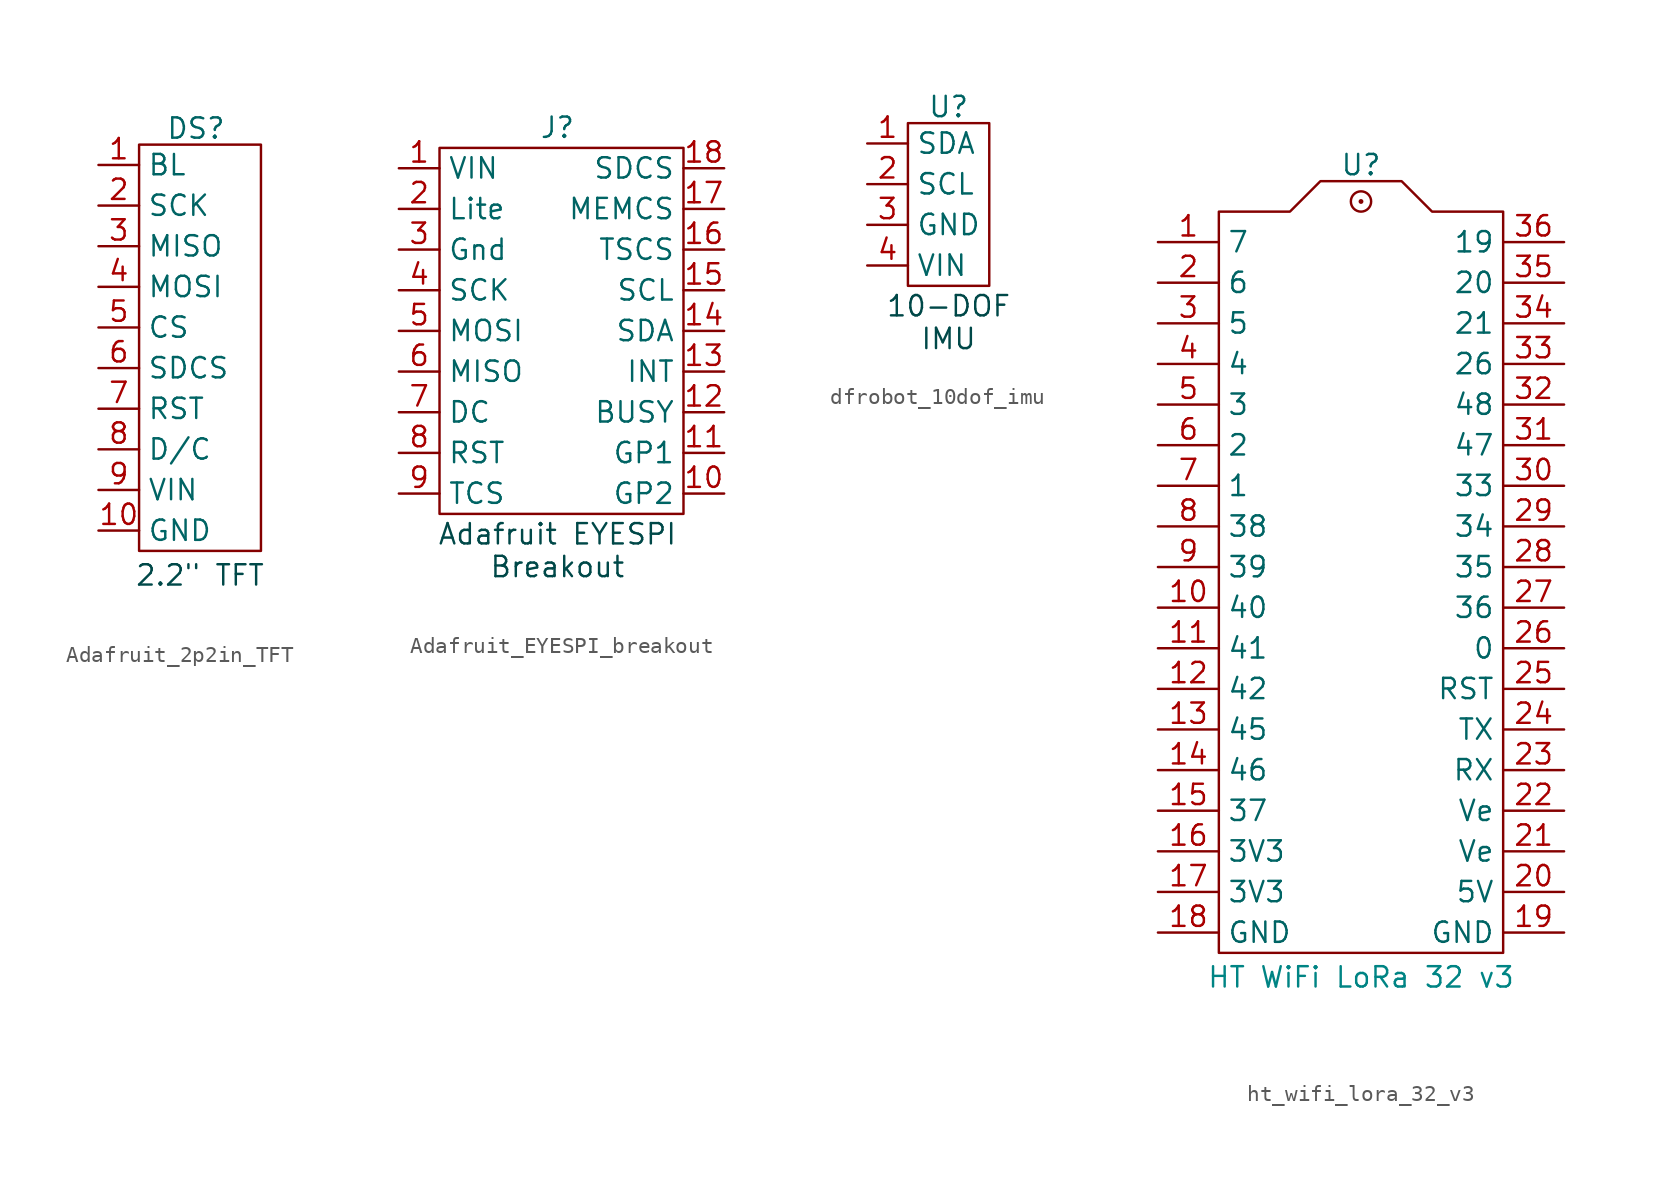
<source format=kicad_sym>
(kicad_symbol_lib
  (version 20241209)
  (generator "kicad_symbol_editor")
  (generator_version "9.0")
  (symbol "Adafruit_2p2in_TFT"
    (property "Reference" "DS"
      (at 1.016 13.716 0)
      (effects (font (size 1.27 1.27))))
    (property "Value" ""
      (at 0 0 0)
      (effects (font (size 1.27 1.27))))
    (symbol "Adafruit_2p2in_TFT_0_0"
      (pin passive line (at -5.08 11.43 0) (length 2.54) (name "BL" (effects (font (size 1.27 1.27)))) (number "1" (effects (font (size 1.27 1.27)))))
      (pin input line (at -5.08 8.89 0) (length 2.54) (name "SCK" (effects (font (size 1.27 1.27)))) (number "2" (effects (font (size 1.27 1.27)))))
      (pin output line (at -5.08 6.35 0) (length 2.54) (name "MISO" (effects (font (size 1.27 1.27)))) (number "3" (effects (font (size 1.27 1.27)))))
      (pin input line (at -5.08 3.81 0) (length 2.54) (name "MOSI" (effects (font (size 1.27 1.27)))) (number "4" (effects (font (size 1.27 1.27)))))
      (pin input line (at -5.08 1.27 0) (length 2.54) (name "CS" (effects (font (size 1.27 1.27)))) (number "5" (effects (font (size 1.27 1.27)))))
      (pin input line (at -5.08 -1.27 0) (length 2.54) (name "SDCS" (effects (font (size 1.27 1.27)))) (number "6" (effects (font (size 1.27 1.27)))))
      (pin input line (at -5.08 -3.81 0) (length 2.54) (name "RST" (effects (font (size 1.27 1.27)))) (number "7" (effects (font (size 1.27 1.27)))))
      (pin input line (at -5.08 -6.35 0) (length 2.54) (name "D/C" (effects (font (size 1.27 1.27)))) (number "8" (effects (font (size 1.27 1.27)))))
      (pin unspecified line (at -5.08 -8.89 0) (length 2.54) (name "VIN" (effects (font (size 1.27 1.27)))) (number "9" (effects (font (size 1.27 1.27)))))
      (pin unspecified line (at -5.08 -11.43 0) (length 2.54) (name "GND" (effects (font (size 1.27 1.27)))) (number "10" (effects (font (size 1.27 1.27))))))
    (symbol "Adafruit_2p2in_TFT_0_1"
      (rectangle (start -2.54 12.7) (end 5.08 -12.7) (stroke (width 0) (type default)) (fill (type none))))
    (symbol "Adafruit_2p2in_TFT_1_1"
      (text "2.2\" TFT" (at 1.27 -14.224 0) (effects (font (size 1.27 1.27) (color 0 72 72 1))))))
  (symbol "Adafruit_EYESPI_breakout"
    (property "Reference" "J"
      (at -0.254 12.7 0)
      (effects (font (size 1.27 1.27))))
    (property "Value" ""
      (at 0 0 0)
      (effects (font (size 1.27 1.27))))
    (symbol "Adafruit_EYESPI_breakout_0_1"
      (polyline (pts (xy -7.62 11.43) (xy -7.62 -11.43) (xy 7.62 -11.43) (xy 7.62 11.43) (xy -7.62 11.43)) (stroke (width 0) (type default)) (fill (type none))))
    (symbol "Adafruit_EYESPI_breakout_1_0"
      (pin passive line (at -10.16 10.16 0) (length 2.54) (name "VIN" (effects (font (size 1.27 1.27)))) (number "1" (effects (font (size 1.27 1.27)))))
      (pin passive line (at -10.16 7.62 0) (length 2.54) (name "Lite" (effects (font (size 1.27 1.27)))) (number "2" (effects (font (size 1.27 1.27)))))
      (pin passive line (at -10.16 5.08 0) (length 2.54) (name "Gnd" (effects (font (size 1.27 1.27)))) (number "3" (effects (font (size 1.27 1.27)))))
      (pin passive line (at -10.16 2.54 0) (length 2.54) (name "SCK" (effects (font (size 1.27 1.27)))) (number "4" (effects (font (size 1.27 1.27)))))
      (pin passive line (at -10.16 0 0) (length 2.54) (name "MOSI" (effects (font (size 1.27 1.27)))) (number "5" (effects (font (size 1.27 1.27)))))
      (pin passive line (at -10.16 -2.54 0) (length 2.54) (name "MISO" (effects (font (size 1.27 1.27)))) (number "6" (effects (font (size 1.27 1.27)))))
      (pin passive line (at -10.16 -5.08 0) (length 2.54) (name "DC" (effects (font (size 1.27 1.27)))) (number "7" (effects (font (size 1.27 1.27)))))
      (pin passive line (at -10.16 -7.62 0) (length 2.54) (name "RST" (effects (font (size 1.27 1.27)))) (number "8" (effects (font (size 1.27 1.27)))))
      (pin passive line (at -10.16 -10.16 0) (length 2.54) (name "TCS" (effects (font (size 1.27 1.27)))) (number "9" (effects (font (size 1.27 1.27)))))
      (pin passive line (at 10.16 10.16 180) (length 2.54) (name "SDCS" (effects (font (size 1.27 1.27)))) (number "18" (effects (font (size 1.27 1.27)))))
      (pin passive line (at 10.16 7.62 180) (length 2.54) (name "MEMCS" (effects (font (size 1.27 1.27)))) (number "17" (effects (font (size 1.27 1.27)))))
      (pin passive line (at 10.16 5.08 180) (length 2.54) (name "TSCS" (effects (font (size 1.27 1.27)))) (number "16" (effects (font (size 1.27 1.27)))))
      (pin passive line (at 10.16 2.54 180) (length 2.54) (name "SCL" (effects (font (size 1.27 1.27)))) (number "15" (effects (font (size 1.27 1.27)))))
      (pin passive line (at 10.16 0 180) (length 2.54) (name "SDA" (effects (font (size 1.27 1.27)))) (number "14" (effects (font (size 1.27 1.27)))))
      (pin passive line (at 10.16 -2.54 180) (length 2.54) (name "INT" (effects (font (size 1.27 1.27)))) (number "13" (effects (font (size 1.27 1.27)))))
      (pin passive line (at 10.16 -5.08 180) (length 2.54) (name "BUSY" (effects (font (size 1.27 1.27)))) (number "12" (effects (font (size 1.27 1.27)))))
      (pin passive line (at 10.16 -7.62 180) (length 2.54) (name "GP1" (effects (font (size 1.27 1.27)))) (number "11" (effects (font (size 1.27 1.27)))))
      (pin passive line (at 10.16 -10.16 180) (length 2.54) (name "GP2" (effects (font (size 1.27 1.27)))) (number "10" (effects (font (size 1.27 1.27))))))
    (symbol "Adafruit_EYESPI_breakout_1_1"
      (text "Adafruit EYESPI\nBreakout" (at -0.254 -13.716 0) (effects (font (size 1.27 1.27) (color 0 72 72 1))))))
  (symbol "dfrobot_10dof_imu"
    (property "Reference" "U"
      (at 0 6.096 0)
      (effects (font (size 1.27 1.27))))
    (property "Value" ""
      (at 0 0 0)
      (effects (font (size 1.27 1.27))))
    (symbol "dfrobot_10dof_imu_0_1"
      (polyline (pts (xy -2.54 5.08) (xy -2.54 -5.08) (xy 2.54 -5.08) (xy 2.54 5.08) (xy -2.54 5.08)) (stroke (width 0) (type default)) (fill (type none))))
    (symbol "dfrobot_10dof_imu_1_0"
      (pin passive line (at -5.08 3.81 0) (length 2.54) (name "SDA" (effects (font (size 1.27 1.27)))) (number "1" (effects (font (size 1.27 1.27)))))
      (pin passive line (at -5.08 1.27 0) (length 2.54) (name "SCL" (effects (font (size 1.27 1.27)))) (number "2" (effects (font (size 1.27 1.27)))))
      (pin passive line (at -5.08 -1.27 0) (length 2.54) (name "GND" (effects (font (size 1.27 1.27)))) (number "3" (effects (font (size 1.27 1.27)))))
      (pin passive line (at -5.08 -3.81 0) (length 2.54) (name "VIN" (effects (font (size 1.27 1.27)))) (number "4" (effects (font (size 1.27 1.27))))))
    (symbol "dfrobot_10dof_imu_1_1"
      (text "10-DOF\nIMU\n" (at 0 -7.366 0) (effects (font (size 1.27 1.27) (color 0 72 72 1))))))
  (symbol "ht_wifi_lora_32_v3"
    (property "Reference" "U"
      (at 0 26.416 0)
      (effects (font (size 1.27 1.27))))
    (property "Value" ""
      (at 0 0 0)
      (effects (font (size 1.27 1.27))))
    (symbol "ht_wifi_lora_32_v3_0_1"
      (polyline (pts (xy -8.89 -22.86) (xy 8.89 -22.86) (xy 8.89 23.495) (xy 4.445 23.495) (xy 2.54 25.4) (xy -2.54 25.4) (xy -4.445 23.495) (xy -8.89 23.495) (xy -8.89 -22.86)) (stroke (width 0) (type default)) (fill (type none)))
      (circle (center 0 24.13) (radius 0.0003) (stroke (width 0) (type default)) (fill (type none)))
      (circle (center 0 24.13) (radius 0.635) (stroke (width 0) (type default)) (fill (type none))))
    (symbol "ht_wifi_lora_32_v3_1_0"
      (pin unspecified line (at -12.7 21.59 0) (length 3.81) (name "7" (effects (font (size 1.27 1.27)))) (number "1" (effects (font (size 1.27 1.27)))))
      (pin unspecified line (at -12.7 19.05 0) (length 3.81) (name "6" (effects (font (size 1.27 1.27)))) (number "2" (effects (font (size 1.27 1.27)))))
      (pin unspecified line (at -12.7 16.51 0) (length 3.81) (name "5" (effects (font (size 1.27 1.27)))) (number "3" (effects (font (size 1.27 1.27)))))
      (pin unspecified line (at -12.7 13.97 0) (length 3.81) (name "4" (effects (font (size 1.27 1.27)))) (number "4" (effects (font (size 1.27 1.27)))))
      (pin unspecified line (at -12.7 11.43 0) (length 3.81) (name "3" (effects (font (size 1.27 1.27)))) (number "5" (effects (font (size 1.27 1.27)))))
      (pin unspecified line (at -12.7 8.89 0) (length 3.81) (name "2" (effects (font (size 1.27 1.27)))) (number "6" (effects (font (size 1.27 1.27)))))
      (pin unspecified line (at -12.7 6.35 0) (length 3.81) (name "1" (effects (font (size 1.27 1.27)))) (number "7" (effects (font (size 1.27 1.27)))))
      (pin unspecified line (at -12.7 3.81 0) (length 3.81) (name "38" (effects (font (size 1.27 1.27)))) (number "8" (effects (font (size 1.27 1.27)))))
      (pin unspecified line (at -12.7 1.27 0) (length 3.81) (name "39" (effects (font (size 1.27 1.27)))) (number "9" (effects (font (size 1.27 1.27)))))
      (pin unspecified line (at -12.7 -1.27 0) (length 3.81) (name "40" (effects (font (size 1.27 1.27)))) (number "10" (effects (font (size 1.27 1.27)))))
      (pin unspecified line (at -12.7 -3.81 0) (length 3.81) (name "41" (effects (font (size 1.27 1.27)))) (number "11" (effects (font (size 1.27 1.27)))))
      (pin unspecified line (at -12.7 -6.35 0) (length 3.81) (name "42" (effects (font (size 1.27 1.27)))) (number "12" (effects (font (size 1.27 1.27)))))
      (pin unspecified line (at -12.7 -8.89 0) (length 3.81) (name "45" (effects (font (size 1.27 1.27)))) (number "13" (effects (font (size 1.27 1.27)))))
      (pin unspecified line (at -12.7 -11.43 0) (length 3.81) (name "46" (effects (font (size 1.27 1.27)))) (number "14" (effects (font (size 1.27 1.27)))))
      (pin unspecified line (at -12.7 -13.97 0) (length 3.81) (name "37" (effects (font (size 1.27 1.27)))) (number "15" (effects (font (size 1.27 1.27)))))
      (pin unspecified line (at -12.7 -16.51 0) (length 3.81) (name "3V3" (effects (font (size 1.27 1.27)))) (number "16" (effects (font (size 1.27 1.27)))))
      (pin unspecified line (at -12.7 -19.05 0) (length 3.81) (name "3V3" (effects (font (size 1.27 1.27)))) (number "17" (effects (font (size 1.27 1.27)))))
      (pin unspecified line (at -12.7 -21.59 0) (length 3.81) (name "GND" (effects (font (size 1.27 1.27)))) (number "18" (effects (font (size 1.27 1.27)))))
      (pin unspecified line (at 12.7 21.59 180) (length 3.81) (name "19" (effects (font (size 1.27 1.27)))) (number "36" (effects (font (size 1.27 1.27)))))
      (pin unspecified line (at 12.7 19.05 180) (length 3.81) (name "20" (effects (font (size 1.27 1.27)))) (number "35" (effects (font (size 1.27 1.27)))))
      (pin unspecified line (at 12.7 16.51 180) (length 3.81) (name "21" (effects (font (size 1.27 1.27)))) (number "34" (effects (font (size 1.27 1.27)))))
      (pin unspecified line (at 12.7 13.97 180) (length 3.81) (name "26" (effects (font (size 1.27 1.27)))) (number "33" (effects (font (size 1.27 1.27)))))
      (pin unspecified line (at 12.7 11.43 180) (length 3.81) (name "48" (effects (font (size 1.27 1.27)))) (number "32" (effects (font (size 1.27 1.27)))))
      (pin unspecified line (at 12.7 8.89 180) (length 3.81) (name "47" (effects (font (size 1.27 1.27)))) (number "31" (effects (font (size 1.27 1.27)))))
      (pin unspecified line (at 12.7 6.35 180) (length 3.81) (name "33" (effects (font (size 1.27 1.27)))) (number "30" (effects (font (size 1.27 1.27)))))
      (pin unspecified line (at 12.7 3.81 180) (length 3.81) (name "34" (effects (font (size 1.27 1.27)))) (number "29" (effects (font (size 1.27 1.27)))))
      (pin unspecified line (at 12.7 1.27 180) (length 3.81) (name "35" (effects (font (size 1.27 1.27)))) (number "28" (effects (font (size 1.27 1.27)))))
      (pin unspecified line (at 12.7 -1.27 180) (length 3.81) (name "36" (effects (font (size 1.27 1.27)))) (number "27" (effects (font (size 1.27 1.27)))))
      (pin unspecified line (at 12.7 -3.81 180) (length 3.81) (name "0" (effects (font (size 1.27 1.27)))) (number "26" (effects (font (size 1.27 1.27)))))
      (pin unspecified line (at 12.7 -6.35 180) (length 3.81) (name "RST" (effects (font (size 1.27 1.27)))) (number "25" (effects (font (size 1.27 1.27)))))
      (pin unspecified line (at 12.7 -8.89 180) (length 3.81) (name "TX" (effects (font (size 1.27 1.27)))) (number "24" (effects (font (size 1.27 1.27)))))
      (pin unspecified line (at 12.7 -11.43 180) (length 3.81) (name "RX" (effects (font (size 1.27 1.27)))) (number "23" (effects (font (size 1.27 1.27)))))
      (pin unspecified line (at 12.7 -13.97 180) (length 3.81) (name "Ve" (effects (font (size 1.27 1.27)))) (number "22" (effects (font (size 1.27 1.27)))))
      (pin unspecified line (at 12.7 -16.51 180) (length 3.81) (name "Ve" (effects (font (size 1.27 1.27)))) (number "21" (effects (font (size 1.27 1.27)))))
      (pin unspecified line (at 12.7 -19.05 180) (length 3.81) (name "5V" (effects (font (size 1.27 1.27)))) (number "20" (effects (font (size 1.27 1.27)))))
      (pin unspecified line (at 12.7 -21.59 180) (length 3.81) (name "GND" (effects (font (size 1.27 1.27)))) (number "19" (effects (font (size 1.27 1.27))))))
    (symbol "ht_wifi_lora_32_v3_1_1"
      (text "HT WiFi LoRa 32 v3" (at 0 -24.384 0) (effects (font (size 1.27 1.27) (color 0 132 132 1)))))))
</source>
